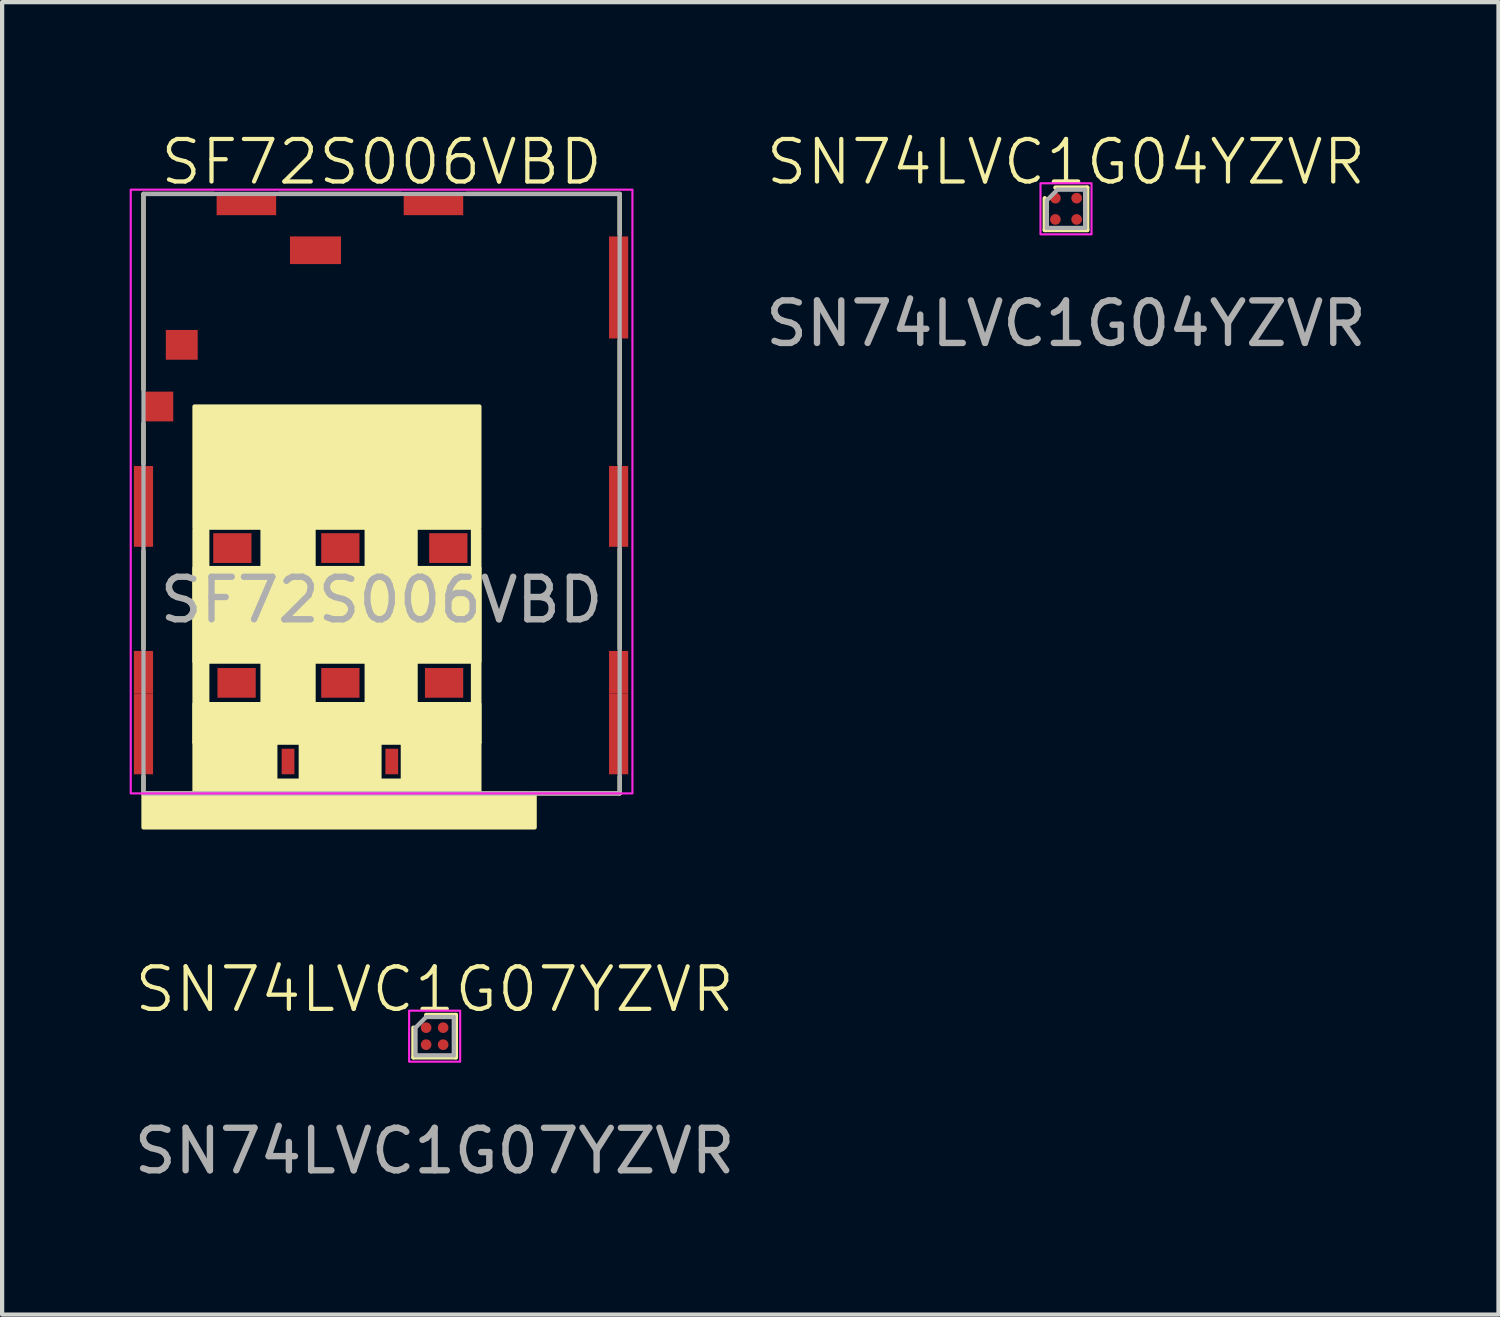
<source format=kicad_pcb>
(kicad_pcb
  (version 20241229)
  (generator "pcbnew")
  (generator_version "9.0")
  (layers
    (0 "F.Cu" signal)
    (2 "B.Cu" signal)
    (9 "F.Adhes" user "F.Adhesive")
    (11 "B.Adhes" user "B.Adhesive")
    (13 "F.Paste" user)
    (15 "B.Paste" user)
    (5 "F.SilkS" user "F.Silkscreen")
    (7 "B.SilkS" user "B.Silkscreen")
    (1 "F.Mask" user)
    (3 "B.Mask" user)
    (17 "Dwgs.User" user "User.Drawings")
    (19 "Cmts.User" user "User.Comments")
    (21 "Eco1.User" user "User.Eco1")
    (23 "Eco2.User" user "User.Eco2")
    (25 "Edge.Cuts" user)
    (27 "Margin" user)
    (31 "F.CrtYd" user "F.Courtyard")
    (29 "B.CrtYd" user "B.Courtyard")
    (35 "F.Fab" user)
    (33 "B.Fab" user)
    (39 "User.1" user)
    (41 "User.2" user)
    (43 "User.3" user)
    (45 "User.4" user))
  (footprint "SN74LVC1G07YZVR"
    (layer "F.Cu")
    (at 7.173 21.321)
    (property "Reference" "SN74LVC1G07YZVR" (at 0 -1.1 0) (unlocked yes) (layer "F.SilkS") (effects (font (size 1 1) (thickness 0.1))))
    (attr smd)
    (fp_line (start -0.5 0.5) (end -0.5 -0.2) (stroke (width 0.1) (type default)) (layer "F.SilkS"))
    (fp_line (start -0.2 -0.5) (end 0.5 -0.5) (stroke (width 0.1) (type default)) (layer "F.SilkS"))
    (fp_line (start 0.5 -0.5) (end 0.5 0.5) (stroke (width 0.1) (type default)) (layer "F.SilkS"))
    (fp_line (start 0.5 0.5) (end -0.5 0.5) (stroke (width 0.1) (type default)) (layer "F.SilkS"))
    (fp_rect (start -0.6 -0.6) (end 0.6 0.6) (stroke (width 0.05) (type default)) (fill no) (layer "F.CrtYd"))
    (fp_line (start -0.45 -0.2) (end -0.2 -0.45) (stroke (width 0.1) (type default)) (layer "F.Fab"))
    (fp_line (start -0.45 0.45) (end -0.45 -0.2) (stroke (width 0.1) (type default)) (layer "F.Fab"))
    (fp_line (start -0.2 -0.45) (end 0.45 -0.45) (stroke (width 0.1) (type default)) (layer "F.Fab"))
    (fp_line (start 0.45 -0.45) (end 0.45 0.45) (stroke (width 0.1) (type default)) (layer "F.Fab"))
    (fp_line (start 0.45 0.45) (end -0.45 0.45) (stroke (width 0.1) (type default)) (layer "F.Fab"))
    (fp_text user "${REFERENCE}" (at 0 2.7 0) (unlocked yes) (layer "F.Fab") (effects (font (size 1 1) (thickness 0.15))))
    (pad "A1" smd circle (at -0.2 -0.2) (size 0.25 0.25) (layers "F.Cu" "F.Mask" "F.Paste"))
    (pad "A2" smd circle (at 0.2 -0.2) (size 0.25 0.25) (layers "F.Cu" "F.Mask" "F.Paste"))
    (pad "B1" smd circle (at -0.2 0.2) (size 0.25 0.25) (layers "F.Cu" "F.Mask" "F.Paste"))
    (pad "B2" smd circle (at 0.2 0.2) (size 0.25 0.25) (layers "F.Cu" "F.Mask" "F.Paste")))
  (footprint "SN74LVC1G04YZVR"
    (layer "F.Cu")
    (at 22.023 1.861)
    (property "Reference" "SN74LVC1G04YZVR" (at 0 -1.1 0) (unlocked yes) (layer "F.SilkS") (effects (font (size 1 1) (thickness 0.1))))
    (attr smd)
    (fp_line (start -0.5 0.5) (end -0.5 -0.25) (stroke (width 0.1) (type default)) (layer "F.SilkS"))
    (fp_line (start -0.25 -0.5) (end 0.5 -0.5) (stroke (width 0.1) (type default)) (layer "F.SilkS"))
    (fp_line (start 0.5 -0.5) (end 0.5 0.5) (stroke (width 0.1) (type default)) (layer "F.SilkS"))
    (fp_line (start 0.5 0.5) (end -0.5 0.5) (stroke (width 0.1) (type default)) (layer "F.SilkS"))
    (fp_rect (start -0.6 -0.6) (end 0.6 0.6) (stroke (width 0.05) (type default)) (fill no) (layer "F.CrtYd"))
    (fp_line (start -0.45 -0.2) (end -0.2 -0.45) (stroke (width 0.1) (type default)) (layer "F.Fab"))
    (fp_line (start -0.45 0.45) (end -0.45 -0.2) (stroke (width 0.1) (type default)) (layer "F.Fab"))
    (fp_line (start -0.2 -0.45) (end 0.45 -0.45) (stroke (width 0.1) (type default)) (layer "F.Fab"))
    (fp_line (start 0.45 -0.45) (end 0.45 0.45) (stroke (width 0.1) (type default)) (layer "F.Fab"))
    (fp_line (start 0.45 0.45) (end -0.45 0.45) (stroke (width 0.1) (type default)) (layer "F.Fab"))
    (fp_text user "${REFERENCE}" (at 0 2.7 0) (unlocked yes) (layer "F.Fab") (effects (font (size 1 1) (thickness 0.15))))
    (pad "A1" smd circle (at -0.25 -0.25) (size 0.25 0.25) (layers "F.Cu" "F.Mask" "F.Paste"))
    (pad "A2" smd circle (at 0.25 -0.25) (size 0.25 0.25) (layers "F.Cu" "F.Mask" "F.Paste"))
    (pad "B1" smd circle (at -0.25 0.25) (size 0.25 0.25) (layers "F.Cu" "F.Mask" "F.Paste"))
    (pad "B2" smd circle (at 0.25 0.25) (size 0.25 0.25) (layers "F.Cu" "F.Mask" "F.Paste")))
  (footprint "SF72S006VBD"
    (layer "F.Cu")
    (at 5.925 15.611)
    (property "Reference" "SF72S006VBD" (at 0 -14.85 0) (unlocked yes) (layer "F.SilkS") (effects (font (size 1 1) (thickness 0.1))))
    (attr smd)
    (fp_line (start -5.6 -14.1) (end -5.6 -9.5) (stroke (width 0.1) (type default)) (layer "F.SilkS"))
    (fp_line (start -5.6 -8.7) (end -5.6 -7.75) (stroke (width 0.1) (type default)) (layer "F.SilkS"))
    (fp_line (start -5.6 -5.7) (end -5.6 -3.4) (stroke (width 0.1) (type default)) (layer "F.SilkS"))
    (fp_line (start -5.6 -0.4) (end -5.6 0) (stroke (width 0.1) (type default)) (layer "F.SilkS"))
    (fp_line (start -3.95 -14.1) (end -5.6 -14.1) (stroke (width 0.1) (type default)) (layer "F.SilkS"))
    (fp_line (start 0.45 -14.1) (end -2.4 -14.1) (stroke (width 0.1) (type default)) (layer "F.SilkS"))
    (fp_line (start 3.6 0) (end 5.6 0) (stroke (width 0.1) (type default)) (layer "F.SilkS"))
    (fp_line (start 5.6 -14.1) (end 2 -14.1) (stroke (width 0.1) (type default)) (layer "F.SilkS"))
    (fp_line (start 5.6 -13.15) (end 5.6 -14.1) (stroke (width 0.1) (type default)) (layer "F.SilkS"))
    (fp_line (start 5.6 -7.75) (end 5.6 -10.65) (stroke (width 0.1) (type default)) (layer "F.SilkS"))
    (fp_line (start 5.6 -3.4) (end 5.6 -5.75) (stroke (width 0.1) (type default)) (layer "F.SilkS"))
    (fp_line (start 5.6 0) (end 5.6 -0.4) (stroke (width 0.1) (type default)) (layer "F.SilkS"))
    (fp_rect (start -5.6 0) (end 3.6 0.8) (stroke (width 0.1) (type solid)) (fill yes) (layer "F.SilkS"))
    (fp_rect (start -4.4 -9.1) (end 2.3 -6.25) (stroke (width 0.1) (type solid)) (fill yes) (layer "F.SilkS"))
    (fp_rect (start -4.4 -6.2) (end -4.1 -1.2) (stroke (width 0.1) (type solid)) (fill yes) (layer "F.SilkS"))
    (fp_rect (start -4.4 -5.3) (end 2.3 -3.1) (stroke (width 0.1) (type solid)) (fill yes) (layer "F.SilkS"))
    (fp_rect (start -4.4 -2.1) (end 2.3 -1.2) (stroke (width 0.1) (type solid)) (fill yes) (layer "F.SilkS"))
    (fp_rect (start -4.4 -1.2) (end -2.5 0) (stroke (width 0.1) (type solid)) (fill yes) (layer "F.SilkS"))
    (fp_rect (start -2.8 -6.3) (end -1.6 -1.2) (stroke (width 0.1) (type solid)) (fill yes) (layer "F.SilkS"))
    (fp_rect (start -2.5 -0.3) (end -1.9 0) (stroke (width 0.1) (type solid)) (fill yes) (layer "F.SilkS"))
    (fp_rect (start -1.9 -1.2) (end -0.05 0) (stroke (width 0.1) (type solid)) (fill yes) (layer "F.SilkS"))
    (fp_rect (start -0.35 -6.3) (end 0.8 -1.2) (stroke (width 0.1) (type solid)) (fill yes) (layer "F.SilkS"))
    (fp_rect (start -0.1 -0.3) (end 0.5 0) (stroke (width 0.1) (type solid)) (fill yes) (layer "F.SilkS"))
    (fp_rect (start 0.5 -1.2) (end 2.3 0) (stroke (width 0.1) (type solid)) (fill yes) (layer "F.SilkS"))
    (fp_rect (start 2.15 -6.2) (end 2.3 -1.2) (stroke (width 0.1) (type solid)) (fill yes) (layer "F.SilkS"))
    (fp_rect (start -5.9 0) (end 5.9 -14.2) (stroke (width 0.05) (type default)) (fill no) (layer "F.CrtYd"))
    (fp_rect (start -5.6 -14.1) (end 5.6 0) (stroke (width 0.1) (type default)) (fill no) (layer "F.Fab"))
    (fp_text user "${REFERENCE}" (at 0 -4.55 0) (unlocked yes) (layer "F.Fab") (effects (font (size 1 1) (thickness 0.15))))
    (pad "C1" smd rect (at 1.47 -2.6) (size 0.9 0.7) (layers "F.Cu" "F.Mask" "F.Paste"))
    (pad "C2" smd rect (at -0.97 -2.6) (size 0.9 0.7) (layers "F.Cu" "F.Mask" "F.Paste"))
    (pad "C3" smd rect (at -3.41 -2.6) (size 0.9 0.7) (layers "F.Cu" "F.Mask" "F.Paste"))
    (pad "C5" smd rect (at 1.57 -5.77) (size 0.9 0.7) (layers "F.Cu" "F.Mask" "F.Paste"))
    (pad "C6" smd rect (at -0.97 -5.77) (size 0.9 0.7) (layers "F.Cu" "F.Mask" "F.Paste"))
    (pad "C7" smd rect (at -3.51 -5.77) (size 0.9 0.7) (layers "F.Cu" "F.Mask" "F.Paste"))
    (pad "CSW" smd rect (at -5.25 -9.1) (size 0.7 0.7) (layers "F.Cu" "F.Mask" "F.Paste"))
    (pad "DSW" smd rect (at -1.555 -12.775) (size 1.2 0.65) (layers "F.Cu" "F.Mask" "F.Paste"))
    (pad "SH" smd rect (at -5.6 -6.75) (size 0.45 1.9) (layers "F.Cu" "F.Mask" "F.Paste"))
    (pad "SH" smd rect (at -5.6 -2.85) (size 0.45 1) (layers "F.Cu" "F.Mask" "F.Paste"))
    (pad "SH" smd rect (at -5.6 -1.4) (size 0.45 1.9) (layers "F.Cu" "F.Mask" "F.Paste"))
    (pad "SH" smd rect (at -4.7 -10.55) (size 0.75 0.7) (layers "F.Cu" "F.Mask" "F.Paste"))
    (pad "SH" smd rect (at -3.18 -13.85) (size 1.4 0.5) (layers "F.Cu" "F.Mask" "F.Paste"))
    (pad "SH" smd rect (at -2.2 -0.75) (size 0.3 0.6) (layers "F.Cu" "F.Mask" "F.Paste"))
    (pad "SH" smd rect (at 0.24 -0.75) (size 0.3 0.6) (layers "F.Cu" "F.Mask" "F.Paste"))
    (pad "SH" smd rect (at 1.22 -13.85) (size 1.4 0.5) (layers "F.Cu" "F.Mask" "F.Paste"))
    (pad "SH" smd rect (at 5.575 -11.9) (size 0.45 2.4) (layers "F.Cu" "F.Mask" "F.Paste"))
    (pad "SH" smd rect (at 5.575 -6.75) (size 0.45 1.9) (layers "F.Cu" "F.Mask" "F.Paste"))
    (pad "SH" smd rect (at 5.575 -2.85) (size 0.45 1) (layers "F.Cu" "F.Mask" "F.Paste"))
    (pad "SH" smd rect (at 5.575 -1.4) (size 0.45 1.9) (layers "F.Cu" "F.Mask" "F.Paste")))
  (gr_rect
    (start -3 -3)
    (end 32.195 27.869)
    (stroke (width 0.1) (type default))
    (fill no)
    (layer "Edge.Cuts")))
</source>
